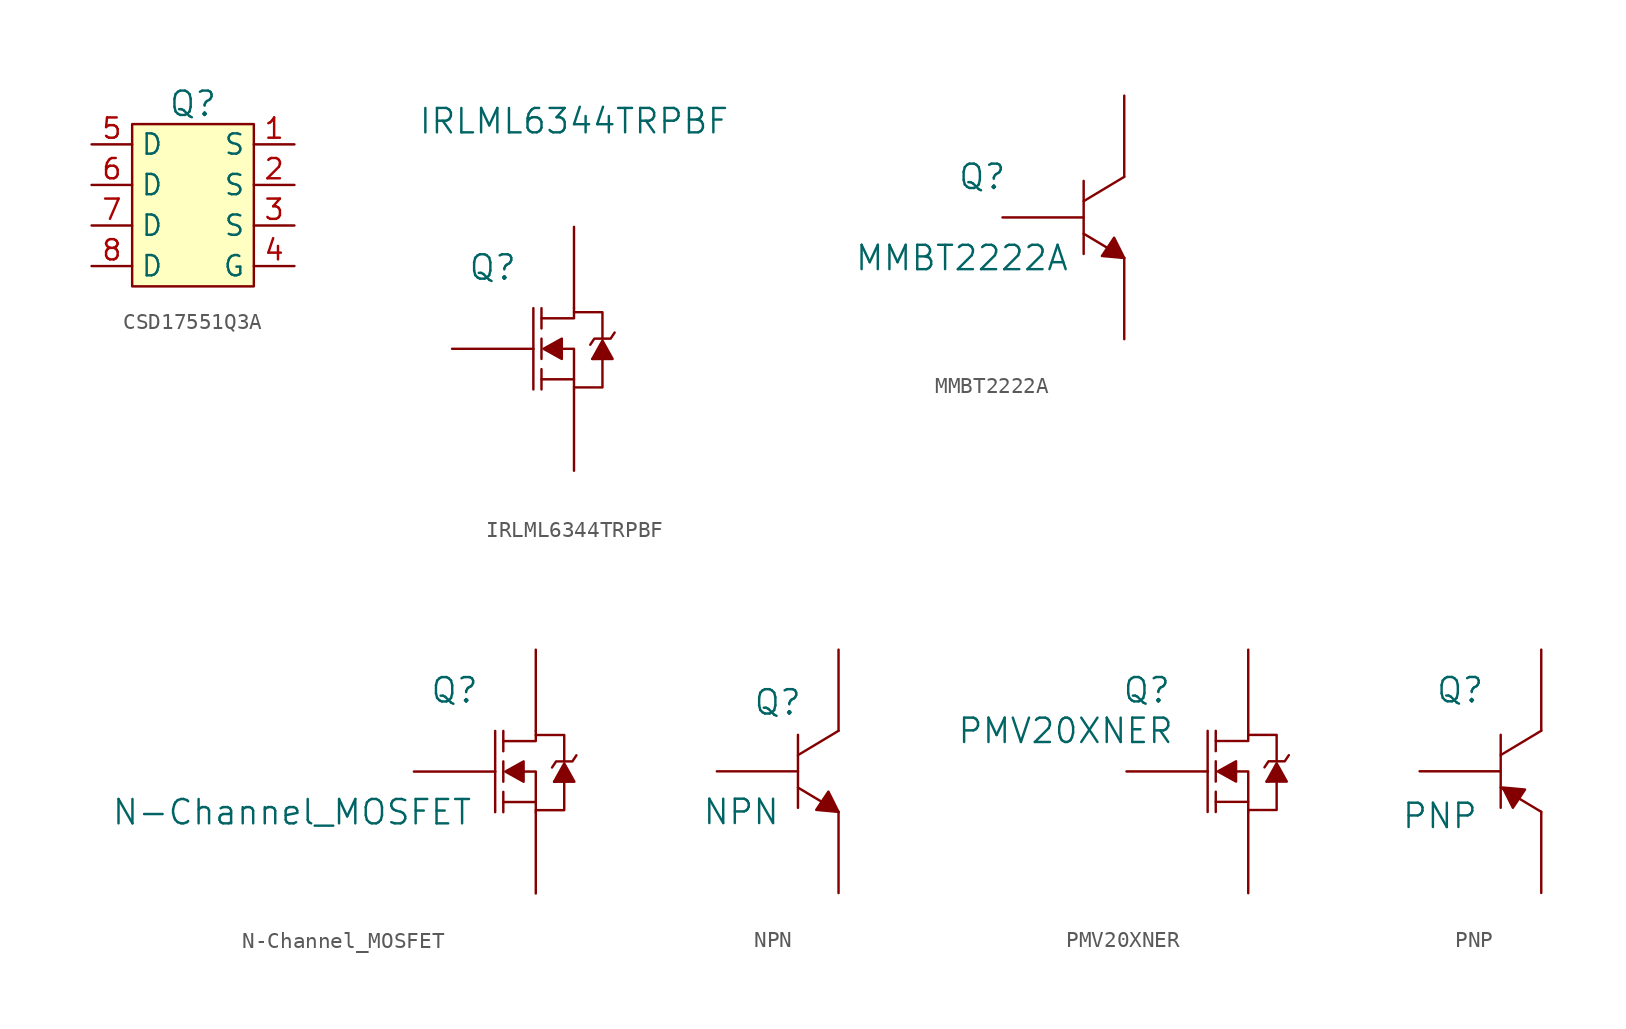
<source format=kicad_sym>
(kicad_symbol_lib
  (version 20211014)
  (generator kicad_symbol_editor)
  (symbol "CSD17551Q3A"
    (property "Reference" "Q"
      (at 0 6.35 0)
      (effects (font (size 1.524 1.524))))
    (symbol "CSD17551Q3A_0_1"
      (rectangle (start -3.81 5.08) (end 3.81 -5.08) (stroke (width 0) (type default) (color 0 0 0 0)) (fill (type background))))
    (symbol "CSD17551Q3A_1_1"
      (pin output line (at 6.35 3.81 180) (length 2.54) (name "S" (effects (font (size 1.27 1.27)))) (number "1" (effects (font (size 1.27 1.27)))))
      (pin output line (at 6.35 1.27 180) (length 2.54) (name "S" (effects (font (size 1.27 1.27)))) (number "2" (effects (font (size 1.27 1.27)))))
      (pin output line (at 6.35 -1.27 180) (length 2.54) (name "S" (effects (font (size 1.27 1.27)))) (number "3" (effects (font (size 1.27 1.27)))))
      (pin input line (at 6.35 -3.81 180) (length 2.54) (name "G" (effects (font (size 1.27 1.27)))) (number "4" (effects (font (size 1.27 1.27)))))
      (pin input line (at -6.35 3.81 0) (length 2.54) (name "D" (effects (font (size 1.27 1.27)))) (number "5" (effects (font (size 1.27 1.27)))))
      (pin input line (at -6.35 1.27 0) (length 2.54) (name "D" (effects (font (size 1.27 1.27)))) (number "6" (effects (font (size 1.27 1.27)))))
      (pin input line (at -6.35 -1.27 0) (length 2.54) (name "D" (effects (font (size 1.27 1.27)))) (number "7" (effects (font (size 1.27 1.27)))))
      (pin input line (at -6.35 -3.81 0) (length 2.54) (name "D" (effects (font (size 1.27 1.27)))) (number "8" (effects (font (size 1.27 1.27)))))))
  (symbol "IRLML6344TRPBF"
    (pin_numbers hide)
    (pin_names
      (offset 0) hide)
    (property "Reference" "Q"
      (at -2.54 5.08 0)
      (effects (font (size 1.524 1.524))))
    (property "Value" "IRLML6344TRPBF"
      (at 2.54 14.224 0)
      (effects (font (size 1.524 1.524))))
    (symbol "IRLML6344TRPBF_0_1"
      (polyline (pts (xy 0 0) (xy 0 -2.54)) (stroke (width 0) (type default) (color 0 0 0 0)) (fill (type none)))
      (polyline (pts (xy 0 0) (xy 0 2.54)) (stroke (width 0) (type default) (color 0 0 0 0)) (fill (type none)))
      (polyline (pts (xy 0.508 -1.27) (xy 0.508 -2.54)) (stroke (width 0) (type default) (color 0 0 0 0)) (fill (type none)))
      (polyline (pts (xy 0.508 -0.635) (xy 0.508 0.635)) (stroke (width 0) (type default) (color 0 0 0 0)) (fill (type none)))
      (polyline (pts (xy 0.508 1.27) (xy 0.508 2.54)) (stroke (width 0) (type default) (color 0 0 0 0)) (fill (type none)))
      (polyline (pts (xy 2.54 -2.54) (xy 2.54 -1.905)) (stroke (width 0) (type default) (color 0 0 0 0)) (fill (type none)))
      (polyline (pts (xy 3.81 -0.635) (xy 3.683 -0.635)) (stroke (width 0) (type default) (color 0 0 0 0)) (fill (type none)))
      (polyline (pts (xy 0.508 1.905) (xy 2.54 1.905) (xy 2.54 2.54)) (stroke (width 0) (type default) (color 0 0 0 0)) (fill (type none)))
      (polyline (pts (xy 4.318 -0.635) (xy 4.318 -2.413) (xy 2.54 -2.413)) (stroke (width 0) (type default) (color 0 0 0 0)) (fill (type none)))
      (polyline (pts (xy 4.318 0.635) (xy 4.318 2.286) (xy 2.54 2.286)) (stroke (width 0) (type default) (color 0 0 0 0)) (fill (type none)))
      (polyline (pts (xy 0.508 -1.905) (xy 2.54 -1.905) (xy 2.54 0) (xy 1.778 0)) (stroke (width 0) (type default) (color 0 0 0 0)) (fill (type none)))
      (polyline (pts (xy 0.635 0) (xy 1.778 0.635) (xy 1.778 -0.635) (xy 0.635 0)) (stroke (width 0) (type default) (color 0 0 0 0)) (fill (type outline)))
      (polyline (pts (xy 3.556 0.254) (xy 3.81 0.635) (xy 4.826 0.635) (xy 5.08 1.016)) (stroke (width 0) (type default) (color 0 0 0 0)) (fill (type none)))
      (polyline (pts (xy 3.683 -0.635) (xy 4.318 0.508) (xy 4.953 -0.635) (xy 3.81 -0.635)) (stroke (width 0) (type default) (color 0 0 0 0)) (fill (type outline))))
    (symbol "IRLML6344TRPBF_1_1"
      (pin passive line (at -5.08 0 0) (length 5.08) (name "G" (effects (font (size 1.27 1.27)))) (number "1" (effects (font (size 1.27 1.27)))))
      (pin passive line (at 2.54 -7.62 90) (length 5.08) (name "S" (effects (font (size 1.27 1.27)))) (number "2" (effects (font (size 1.27 1.27)))))
      (pin passive line (at 2.54 7.62 270) (length 5.08) (name "D" (effects (font (size 1.27 1.27)))) (number "3" (effects (font (size 1.27 1.27)))))))
  (symbol "MMBT2222A"
    (pin_numbers hide)
    (pin_names
      (offset 0) hide)
    (property "Reference" "Q"
      (at -6.35 2.54 0)
      (effects (font (size 1.524 1.524))))
    (property "Value" "MMBT2222A"
      (at -7.62 -2.54 0)
      (effects (font (size 1.524 1.524))))
    (symbol "MMBT2222A_0_1"
      (polyline (pts (xy 0 2.286) (xy 0 -2.286)) (stroke (width 0) (type default) (color 0 0 0 0)) (fill (type none)))
      (polyline (pts (xy 2.54 -2.54) (xy 0 -1.016)) (stroke (width 0) (type default) (color 0 0 0 0)) (fill (type none)))
      (polyline (pts (xy 2.54 2.54) (xy 0 1.016)) (stroke (width 0) (type default) (color 0 0 0 0)) (fill (type none)))
      (polyline (pts (xy 2.54 -2.54) (xy 1.905 -1.27) (xy 1.143 -2.413) (xy 2.54 -2.54)) (stroke (width 0) (type default) (color 0 0 0 0)) (fill (type outline))))
    (symbol "MMBT2222A_1_1"
      (pin input line (at -5.08 0 0) (length 5.08) (name "B" (effects (font (size 1.27 1.27)))) (number "1" (effects (font (size 1.27 1.27)))))
      (pin input line (at 2.54 -7.62 90) (length 5.08) (name "E" (effects (font (size 1.27 1.27)))) (number "2" (effects (font (size 1.27 1.27)))))
      (pin input line (at 2.54 7.62 270) (length 5.08) (name "C" (effects (font (size 1.27 1.27)))) (number "3" (effects (font (size 1.27 1.27)))))))
  (symbol "N-Channel_MOSFET"
    (pin_numbers hide)
    (pin_names
      (offset 0) hide)
    (property "Reference" "Q"
      (at -2.54 5.08 0)
      (effects (font (size 1.524 1.524))))
    (property "Value" "N-Channel_MOSFET"
      (at -12.7 -2.54 0)
      (effects (font (size 1.524 1.524))))
    (symbol "N-Channel_MOSFET_0_1"
      (polyline (pts (xy 0 0) (xy 0 -2.54)) (stroke (width 0) (type default) (color 0 0 0 0)) (fill (type none)))
      (polyline (pts (xy 0 0) (xy 0 2.54)) (stroke (width 0) (type default) (color 0 0 0 0)) (fill (type none)))
      (polyline (pts (xy 0.508 -1.27) (xy 0.508 -2.54)) (stroke (width 0) (type default) (color 0 0 0 0)) (fill (type none)))
      (polyline (pts (xy 0.508 -0.635) (xy 0.508 0.635)) (stroke (width 0) (type default) (color 0 0 0 0)) (fill (type none)))
      (polyline (pts (xy 0.508 1.27) (xy 0.508 2.54)) (stroke (width 0) (type default) (color 0 0 0 0)) (fill (type none)))
      (polyline (pts (xy 2.54 -2.54) (xy 2.54 -1.905)) (stroke (width 0) (type default) (color 0 0 0 0)) (fill (type none)))
      (polyline (pts (xy 3.81 -0.635) (xy 3.683 -0.635)) (stroke (width 0) (type default) (color 0 0 0 0)) (fill (type none)))
      (polyline (pts (xy 0.508 1.905) (xy 2.54 1.905) (xy 2.54 2.54)) (stroke (width 0) (type default) (color 0 0 0 0)) (fill (type none)))
      (polyline (pts (xy 4.318 -0.635) (xy 4.318 -2.413) (xy 2.54 -2.413)) (stroke (width 0) (type default) (color 0 0 0 0)) (fill (type none)))
      (polyline (pts (xy 4.318 0.635) (xy 4.318 2.286) (xy 2.54 2.286)) (stroke (width 0) (type default) (color 0 0 0 0)) (fill (type none)))
      (polyline (pts (xy 0.508 -1.905) (xy 2.54 -1.905) (xy 2.54 0) (xy 1.778 0)) (stroke (width 0) (type default) (color 0 0 0 0)) (fill (type none)))
      (polyline (pts (xy 0.635 0) (xy 1.778 0.635) (xy 1.778 -0.635) (xy 0.635 0)) (stroke (width 0) (type default) (color 0 0 0 0)) (fill (type outline)))
      (polyline (pts (xy 3.556 0.254) (xy 3.81 0.635) (xy 4.826 0.635) (xy 5.08 1.016)) (stroke (width 0) (type default) (color 0 0 0 0)) (fill (type none)))
      (polyline (pts (xy 3.683 -0.635) (xy 4.318 0.508) (xy 4.953 -0.635) (xy 3.81 -0.635)) (stroke (width 0) (type default) (color 0 0 0 0)) (fill (type outline))))
    (symbol "N-Channel_MOSFET_1_1"
      (pin input line (at 2.54 7.62 270) (length 5.08) (name "D" (effects (font (size 1.27 1.27)))) (number "~" (effects (font (size 1.27 1.27)))))
      (pin input line (at -5.08 0 0) (length 5.08) (name "G" (effects (font (size 1.27 1.27)))) (number "~" (effects (font (size 1.27 1.27)))))
      (pin input line (at 2.54 -7.62 90) (length 5.08) (name "S" (effects (font (size 1.27 1.27)))) (number "~" (effects (font (size 1.27 1.27)))))))
  (symbol "NPN"
    (pin_numbers hide)
    (pin_names
      (offset 0) hide)
    (property "Reference" "Q"
      (at -1.27 4.318 0)
      (effects (font (size 1.524 1.524))))
    (property "Value" "NPN"
      (at -3.556 -2.54 0)
      (effects (font (size 1.524 1.524))))
    (symbol "NPN_0_1"
      (polyline (pts (xy 0 2.286) (xy 0 -2.286)) (stroke (width 0) (type default) (color 0 0 0 0)) (fill (type none)))
      (polyline (pts (xy 2.54 -2.54) (xy 0 -1.016)) (stroke (width 0) (type default) (color 0 0 0 0)) (fill (type none)))
      (polyline (pts (xy 2.54 2.54) (xy 0 1.016)) (stroke (width 0) (type default) (color 0 0 0 0)) (fill (type none)))
      (polyline (pts (xy 2.54 -2.54) (xy 1.905 -1.27) (xy 1.143 -2.413) (xy 2.54 -2.54)) (stroke (width 0) (type default) (color 0 0 0 0)) (fill (type outline))))
    (symbol "NPN_1_1"
      (pin input line (at -5.08 0 0) (length 5.08) (name "B" (effects (font (size 1.27 1.27)))) (number "~" (effects (font (size 1.27 1.27)))))
      (pin input line (at 2.54 7.62 270) (length 5.08) (name "C" (effects (font (size 1.27 1.27)))) (number "~" (effects (font (size 1.27 1.27)))))
      (pin input line (at 2.54 -7.62 90) (length 5.08) (name "E" (effects (font (size 1.27 1.27)))) (number "~" (effects (font (size 1.27 1.27)))))))
  (symbol "PMV20XNER"
    (pin_numbers hide)
    (pin_names
      (offset 0) hide)
    (property "Reference" "Q"
      (at -3.81 5.08 0)
      (effects (font (size 1.524 1.524))))
    (property "Value" "PMV20XNER"
      (at -8.89 2.54 0)
      (effects (font (size 1.524 1.524))))
    (symbol "PMV20XNER_0_1"
      (polyline (pts (xy 0 0) (xy 0 -2.54)) (stroke (width 0) (type default) (color 0 0 0 0)) (fill (type none)))
      (polyline (pts (xy 0 0) (xy 0 2.54)) (stroke (width 0) (type default) (color 0 0 0 0)) (fill (type none)))
      (polyline (pts (xy 0.508 -1.27) (xy 0.508 -2.54)) (stroke (width 0) (type default) (color 0 0 0 0)) (fill (type none)))
      (polyline (pts (xy 0.508 -0.635) (xy 0.508 0.635)) (stroke (width 0) (type default) (color 0 0 0 0)) (fill (type none)))
      (polyline (pts (xy 0.508 1.27) (xy 0.508 2.54)) (stroke (width 0) (type default) (color 0 0 0 0)) (fill (type none)))
      (polyline (pts (xy 2.54 -2.54) (xy 2.54 -1.905)) (stroke (width 0) (type default) (color 0 0 0 0)) (fill (type none)))
      (polyline (pts (xy 3.81 -0.635) (xy 3.683 -0.635)) (stroke (width 0) (type default) (color 0 0 0 0)) (fill (type none)))
      (polyline (pts (xy 0.508 1.905) (xy 2.54 1.905) (xy 2.54 2.54)) (stroke (width 0) (type default) (color 0 0 0 0)) (fill (type none)))
      (polyline (pts (xy 4.318 -0.635) (xy 4.318 -2.413) (xy 2.54 -2.413)) (stroke (width 0) (type default) (color 0 0 0 0)) (fill (type none)))
      (polyline (pts (xy 4.318 0.635) (xy 4.318 2.286) (xy 2.54 2.286)) (stroke (width 0) (type default) (color 0 0 0 0)) (fill (type none)))
      (polyline (pts (xy 0.508 -1.905) (xy 2.54 -1.905) (xy 2.54 0) (xy 1.778 0)) (stroke (width 0) (type default) (color 0 0 0 0)) (fill (type none)))
      (polyline (pts (xy 0.635 0) (xy 1.778 0.635) (xy 1.778 -0.635) (xy 0.635 0)) (stroke (width 0) (type default) (color 0 0 0 0)) (fill (type outline)))
      (polyline (pts (xy 3.556 0.254) (xy 3.81 0.635) (xy 4.826 0.635) (xy 5.08 1.016)) (stroke (width 0) (type default) (color 0 0 0 0)) (fill (type none)))
      (polyline (pts (xy 3.683 -0.635) (xy 4.318 0.508) (xy 4.953 -0.635) (xy 3.81 -0.635)) (stroke (width 0) (type default) (color 0 0 0 0)) (fill (type outline))))
    (symbol "PMV20XNER_1_1"
      (pin input line (at -5.08 0 0) (length 5.08) (name "G" (effects (font (size 1.27 1.27)))) (number "1" (effects (font (size 1.27 1.27)))))
      (pin input line (at 2.54 -7.62 90) (length 5.08) (name "S" (effects (font (size 1.27 1.27)))) (number "2" (effects (font (size 1.27 1.27)))))
      (pin input line (at 2.54 7.62 270) (length 5.08) (name "D" (effects (font (size 1.27 1.27)))) (number "3" (effects (font (size 1.27 1.27)))))))
  (symbol "PNP"
    (pin_numbers hide)
    (pin_names
      (offset 0) hide)
    (property "Reference" "Q"
      (at -2.54 5.08 0)
      (effects (font (size 1.524 1.524))))
    (property "Value" "PNP"
      (at -3.81 -2.794 0)
      (effects (font (size 1.524 1.524))))
    (symbol "PNP_0_1"
      (polyline (pts (xy 0 -2.286) (xy 0 2.286)) (stroke (width 0) (type default) (color 0 0 0 0)) (fill (type none)))
      (polyline (pts (xy 2.54 -2.54) (xy 0 -1.016)) (stroke (width 0) (type default) (color 0 0 0 0)) (fill (type none)))
      (polyline (pts (xy 2.54 2.54) (xy 0 1.016)) (stroke (width 0) (type default) (color 0 0 0 0)) (fill (type none)))
      (polyline (pts (xy 0.127 -1.016) (xy 0.762 -2.286) (xy 1.524 -1.143) (xy 0.127 -1.016)) (stroke (width 0) (type default) (color 0 0 0 0)) (fill (type outline))))
    (symbol "PNP_1_1"
      (pin input line (at -5.08 0 0) (length 5.08) (name "B" (effects (font (size 1.27 1.27)))) (number "~" (effects (font (size 1.27 1.27)))))
      (pin input line (at 2.54 7.62 270) (length 5.08) (name "C" (effects (font (size 1.27 1.27)))) (number "~" (effects (font (size 1.27 1.27)))))
      (pin input line (at 2.54 -7.62 90) (length 5.08) (name "E" (effects (font (size 1.27 1.27)))) (number "~" (effects (font (size 1.27 1.27))))))))
</source>
